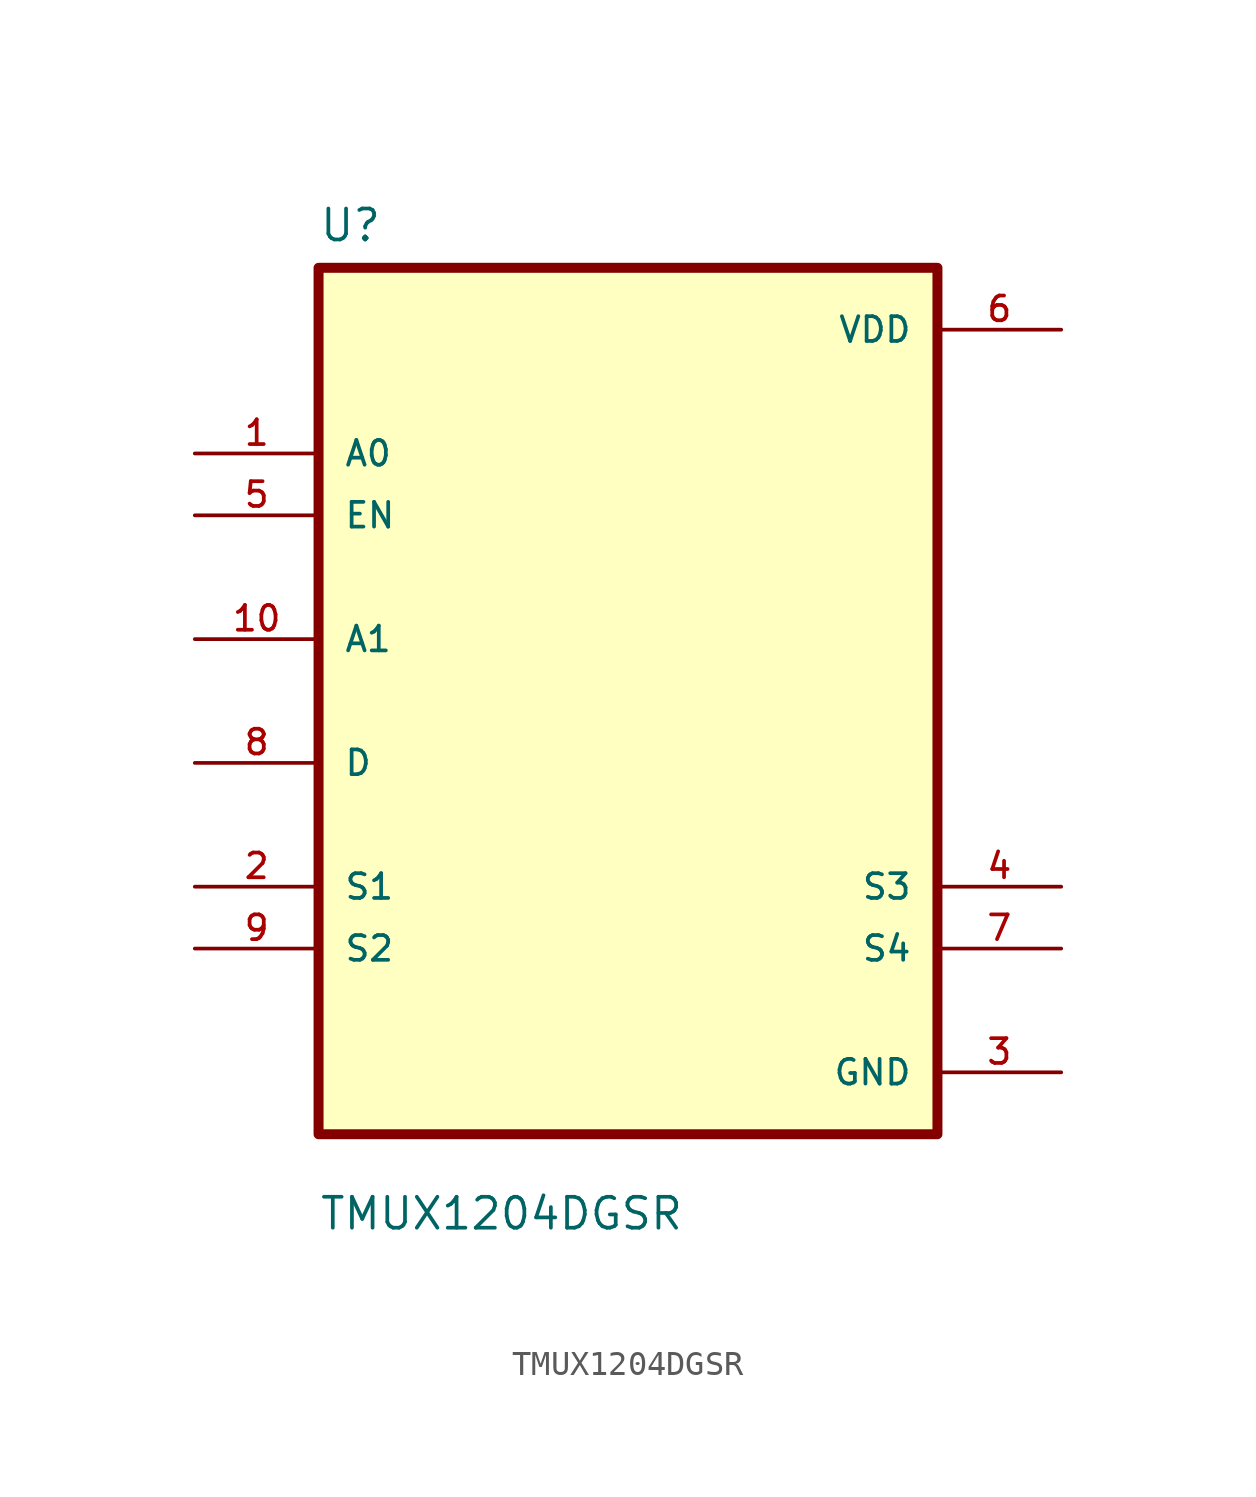
<source format=kicad_sym>
(kicad_symbol_lib
  (version 20211014)
  (generator kicad_symbol_editor)
  (symbol "TMUX1204DGSR"
    (pin_names
      (offset 1.016))
    (property "Reference" "U"
      (at -12.7 18.78 0.0)
      (effects (font (size 1.27 1.27)) (justify bottom left)))
    (property "Value" "TMUX1204DGSR"
      (at -12.7 -21.78 0.0)
      (effects (font (size 1.27 1.27)) (justify bottom left)))
    (symbol "TMUX1204DGSR_0_0"
      (rectangle (start -12.7 -17.78) (end 12.7 17.78) (stroke (width 0.41)) (fill (type background)))
      (pin input line (at -17.78 10.16 0) (length 5.08) (name "A0" (effects (font (size 1.016 1.016)))) (number "1" (effects (font (size 1.016 1.016)))))
      (pin input line (at -17.78 7.62 0) (length 5.08) (name "EN" (effects (font (size 1.016 1.016)))) (number "5" (effects (font (size 1.016 1.016)))))
      (pin bidirectional line (at -17.78 2.54 0) (length 5.08) (name "A1" (effects (font (size 1.016 1.016)))) (number "10" (effects (font (size 1.016 1.016)))))
      (pin bidirectional line (at -17.78 -2.54 0) (length 5.08) (name "D" (effects (font (size 1.016 1.016)))) (number "8" (effects (font (size 1.016 1.016)))))
      (pin bidirectional line (at -17.78 -7.62 0) (length 5.08) (name "S1" (effects (font (size 1.016 1.016)))) (number "2" (effects (font (size 1.016 1.016)))))
      (pin bidirectional line (at -17.78 -10.16 0) (length 5.08) (name "S2" (effects (font (size 1.016 1.016)))) (number "9" (effects (font (size 1.016 1.016)))))
      (pin power_in line (at 17.78 15.24 180.0) (length 5.08) (name "VDD" (effects (font (size 1.016 1.016)))) (number "6" (effects (font (size 1.016 1.016)))))
      (pin bidirectional line (at 17.78 -7.62 180.0) (length 5.08) (name "S3" (effects (font (size 1.016 1.016)))) (number "4" (effects (font (size 1.016 1.016)))))
      (pin bidirectional line (at 17.78 -10.16 180.0) (length 5.08) (name "S4" (effects (font (size 1.016 1.016)))) (number "7" (effects (font (size 1.016 1.016)))))
      (pin power_in line (at 17.78 -15.24 180.0) (length 5.08) (name "GND" (effects (font (size 1.016 1.016)))) (number "3" (effects (font (size 1.016 1.016))))))))
</source>
